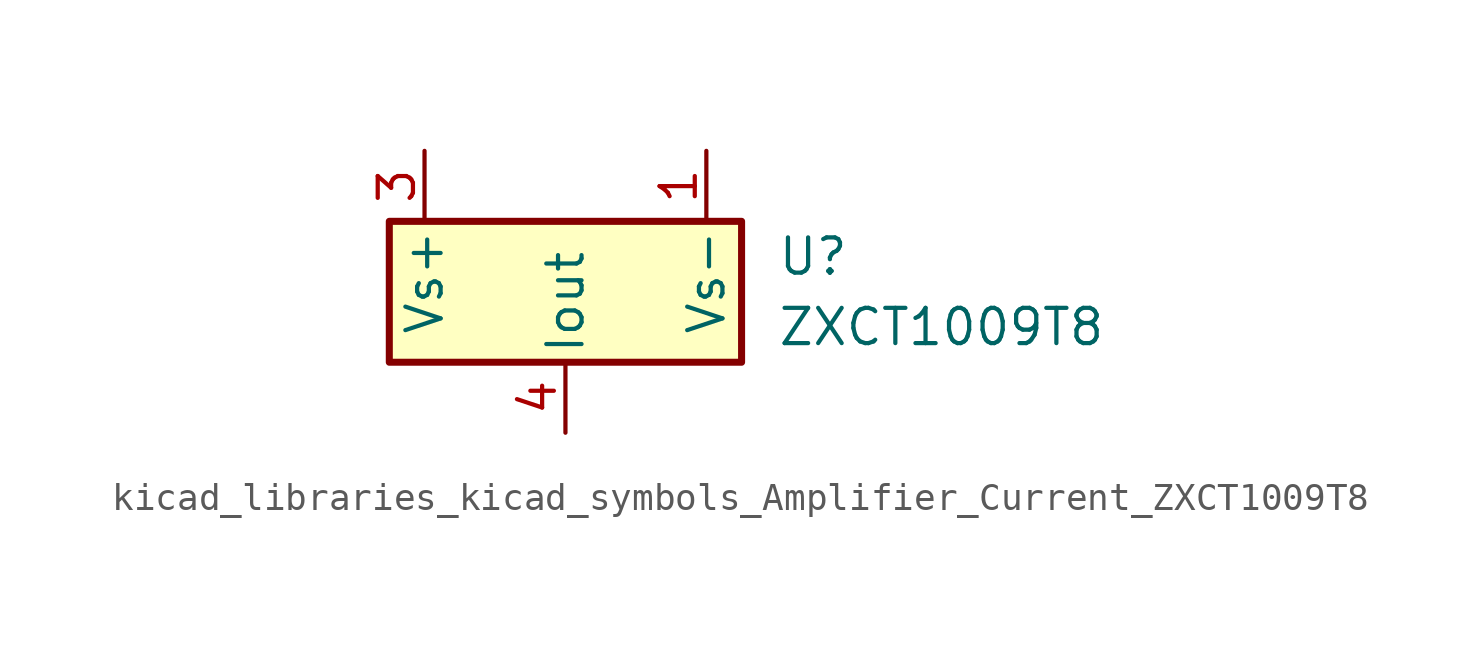
<source format=kicad_sym>
(kicad_symbol_lib
  (version 20220914)
  (generator kicad_symbol_editor)
  (symbol "kicad_libraries_kicad_symbols_Amplifier_Current_ZXCT1009T8"
    (pin_names
      (offset 0.254))
    (property "Reference" "U"
      (at 7.62 1.27 0)
      (effects (font (size 1.27 1.27)) (justify left)))
    (property "Value" "ZXCT1009T8"
      (at 7.62 -1.27 0)
      (effects (font (size 1.27 1.27)) (justify left)))
    (symbol "kicad_libraries_kicad_symbols_Amplifier_Current_ZXCT1009T8_0_1"
      (rectangle (start -6.35 2.54) (end 6.35 -2.54) (stroke (width 0.254) (type default)) (fill (type background))))
    (symbol "kicad_libraries_kicad_symbols_Amplifier_Current_ZXCT1009T8_1_1"
      (pin input line (at 5.08 5.08 270) (length 2.54) (name "Vs-" (effects (font (size 1.27 1.27)))) (number "1" (effects (font (size 1.27 1.27)))))
      (pin no_connect line (at -2.54 2.54 270) (length 2.54) hide (name "NC" (effects (font (size 1.27 1.27)))) (number "2" (effects (font (size 1.27 1.27)))))
      (pin input line (at -5.08 5.08 270) (length 2.54) (name "Vs+" (effects (font (size 1.27 1.27)))) (number "3" (effects (font (size 1.27 1.27)))))
      (pin output line (at 0 -5.08 90) (length 2.54) (name "Iout" (effects (font (size 1.27 1.27)))) (number "4" (effects (font (size 1.27 1.27)))))
      (pin no_connect line (at 0 2.54 270) (length 2.54) hide (name "NC" (effects (font (size 1.27 1.27)))) (number "5" (effects (font (size 1.27 1.27)))))
      (pin no_connect line (at 2.54 2.54 270) (length 2.54) hide (name "NC" (effects (font (size 1.27 1.27)))) (number "6" (effects (font (size 1.27 1.27)))))
      (pin no_connect line (at -2.54 -2.54 90) (length 2.54) hide (name "NC" (effects (font (size 1.27 1.27)))) (number "7" (effects (font (size 1.27 1.27)))))
      (pin no_connect line (at 2.54 -2.54 90) (length 2.54) hide (name "NC" (effects (font (size 1.27 1.27)))) (number "8" (effects (font (size 1.27 1.27))))))))
</source>
